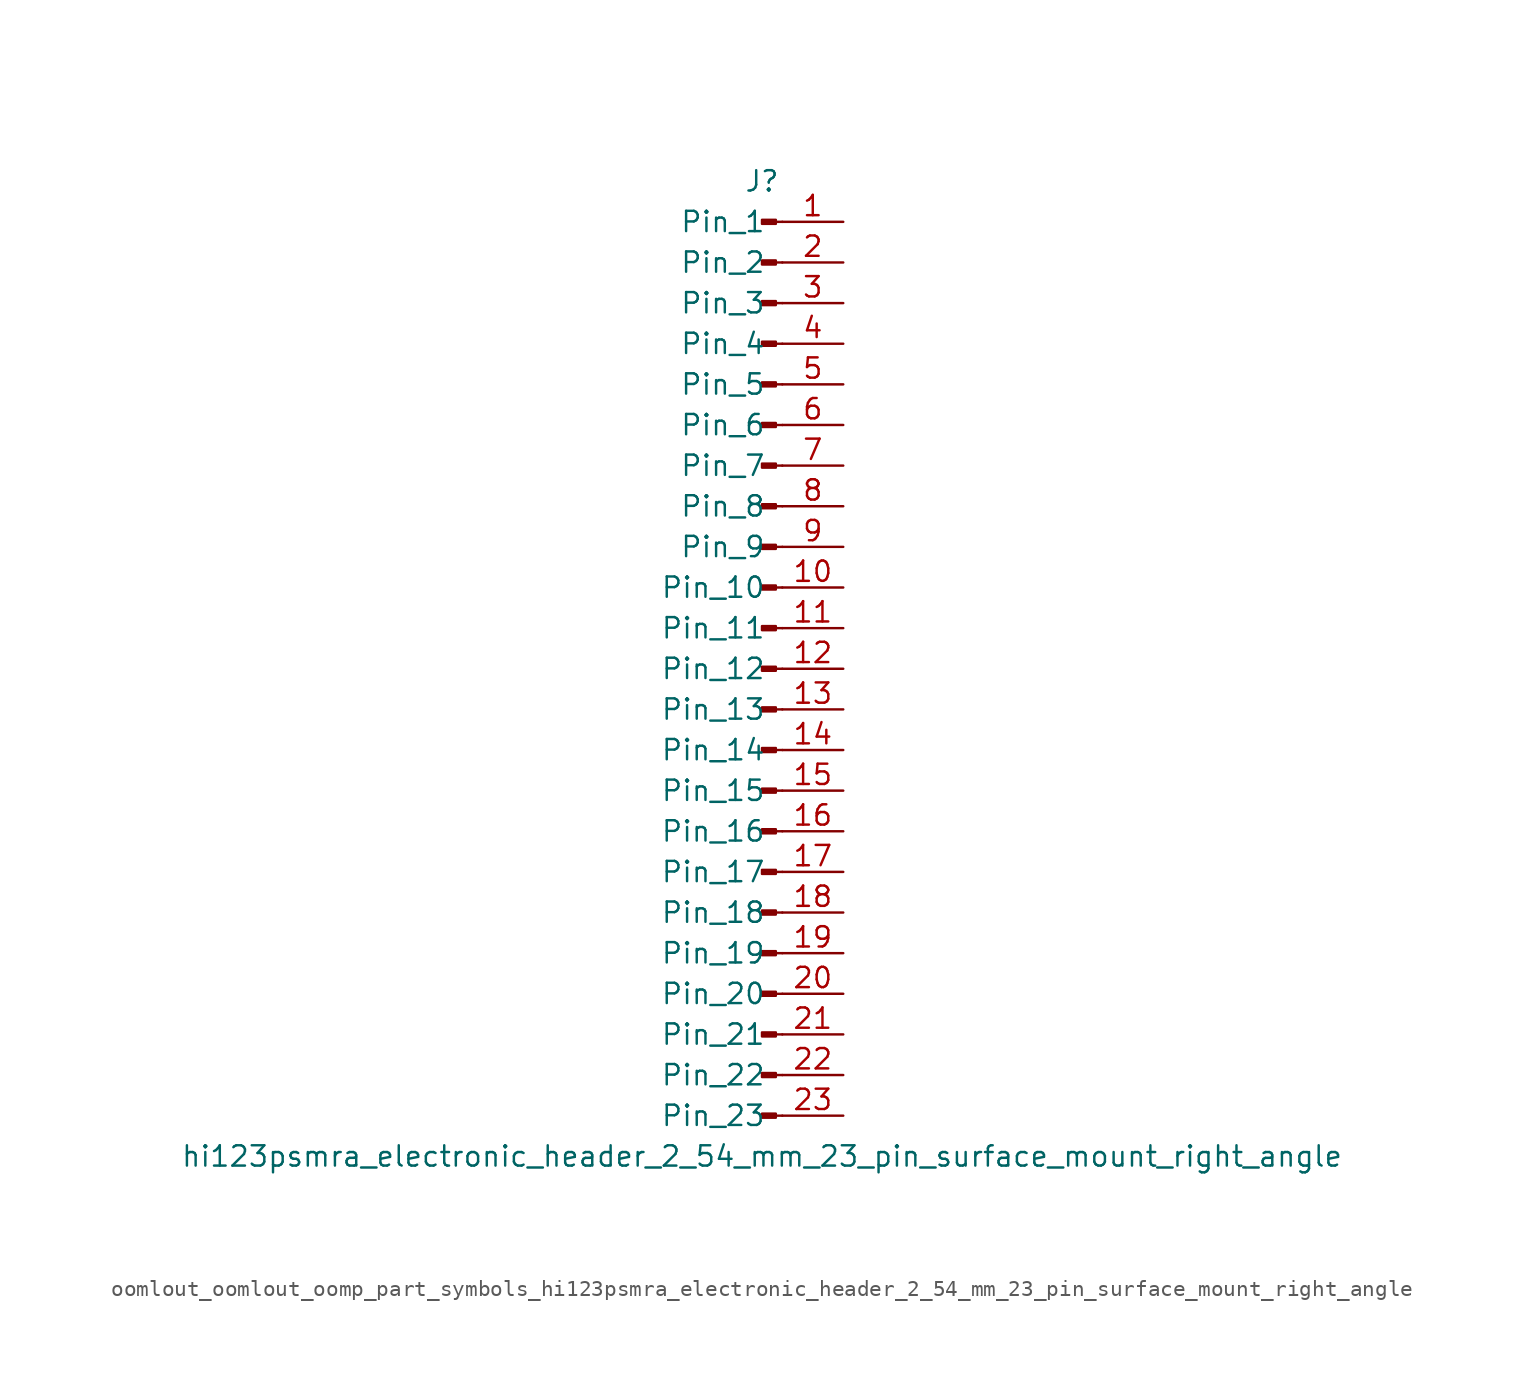
<source format=kicad_sym>
(kicad_symbol_lib
  (version 20220914)
  (generator kicad_symbol_editor)
  (symbol "oomlout_oomlout_oomp_part_symbols_hi123psmra_electronic_header_2_54_mm_23_pin_surface_mount_right_angle"
    (pin_names
      (offset 1.016))
    (property "Reference" "J"
      (at 0 30.48 0)
      (effects (font (size 1.27 1.27))))
    (property "Value" "hi123psmra_electronic_header_2_54_mm_23_pin_surface_mount_right_angle"
      (at 0 -30.48 0)
      (effects (font (size 1.27 1.27))))
    (property "ki_locked" ""
      (at 0 0 0)
      (effects (font (size 1.27 1.27))))
    (symbol "oomlout_oomlout_oomp_part_symbols_hi123psmra_electronic_header_2_54_mm_23_pin_surface_mount_right_angle_1_1"
      (polyline (pts (xy 1.27 -27.94) (xy 0.864 -27.94)) (stroke (width 0.152) (type default)) (fill (type none)))
      (polyline (pts (xy 1.27 -25.4) (xy 0.864 -25.4)) (stroke (width 0.152) (type default)) (fill (type none)))
      (polyline (pts (xy 1.27 -22.86) (xy 0.864 -22.86)) (stroke (width 0.152) (type default)) (fill (type none)))
      (polyline (pts (xy 1.27 -20.32) (xy 0.864 -20.32)) (stroke (width 0.152) (type default)) (fill (type none)))
      (polyline (pts (xy 1.27 -17.78) (xy 0.864 -17.78)) (stroke (width 0.152) (type default)) (fill (type none)))
      (polyline (pts (xy 1.27 -15.24) (xy 0.864 -15.24)) (stroke (width 0.152) (type default)) (fill (type none)))
      (polyline (pts (xy 1.27 -12.7) (xy 0.864 -12.7)) (stroke (width 0.152) (type default)) (fill (type none)))
      (polyline (pts (xy 1.27 -10.16) (xy 0.864 -10.16)) (stroke (width 0.152) (type default)) (fill (type none)))
      (polyline (pts (xy 1.27 -7.62) (xy 0.864 -7.62)) (stroke (width 0.152) (type default)) (fill (type none)))
      (polyline (pts (xy 1.27 -5.08) (xy 0.864 -5.08)) (stroke (width 0.152) (type default)) (fill (type none)))
      (polyline (pts (xy 1.27 -2.54) (xy 0.864 -2.54)) (stroke (width 0.152) (type default)) (fill (type none)))
      (polyline (pts (xy 1.27 0) (xy 0.864 0)) (stroke (width 0.152) (type default)) (fill (type none)))
      (polyline (pts (xy 1.27 2.54) (xy 0.864 2.54)) (stroke (width 0.152) (type default)) (fill (type none)))
      (polyline (pts (xy 1.27 5.08) (xy 0.864 5.08)) (stroke (width 0.152) (type default)) (fill (type none)))
      (polyline (pts (xy 1.27 7.62) (xy 0.864 7.62)) (stroke (width 0.152) (type default)) (fill (type none)))
      (polyline (pts (xy 1.27 10.16) (xy 0.864 10.16)) (stroke (width 0.152) (type default)) (fill (type none)))
      (polyline (pts (xy 1.27 12.7) (xy 0.864 12.7)) (stroke (width 0.152) (type default)) (fill (type none)))
      (polyline (pts (xy 1.27 15.24) (xy 0.864 15.24)) (stroke (width 0.152) (type default)) (fill (type none)))
      (polyline (pts (xy 1.27 17.78) (xy 0.864 17.78)) (stroke (width 0.152) (type default)) (fill (type none)))
      (polyline (pts (xy 1.27 20.32) (xy 0.864 20.32)) (stroke (width 0.152) (type default)) (fill (type none)))
      (polyline (pts (xy 1.27 22.86) (xy 0.864 22.86)) (stroke (width 0.152) (type default)) (fill (type none)))
      (polyline (pts (xy 1.27 25.4) (xy 0.864 25.4)) (stroke (width 0.152) (type default)) (fill (type none)))
      (polyline (pts (xy 1.27 27.94) (xy 0.864 27.94)) (stroke (width 0.152) (type default)) (fill (type none)))
      (rectangle (start 0.864 -27.813) (end 0 -28.067) (stroke (width 0.152) (type default)) (fill (type outline)))
      (rectangle (start 0.864 -25.273) (end 0 -25.527) (stroke (width 0.152) (type default)) (fill (type outline)))
      (rectangle (start 0.864 -22.733) (end 0 -22.987) (stroke (width 0.152) (type default)) (fill (type outline)))
      (rectangle (start 0.864 -20.193) (end 0 -20.447) (stroke (width 0.152) (type default)) (fill (type outline)))
      (rectangle (start 0.864 -17.653) (end 0 -17.907) (stroke (width 0.152) (type default)) (fill (type outline)))
      (rectangle (start 0.864 -15.113) (end 0 -15.367) (stroke (width 0.152) (type default)) (fill (type outline)))
      (rectangle (start 0.864 -12.573) (end 0 -12.827) (stroke (width 0.152) (type default)) (fill (type outline)))
      (rectangle (start 0.864 -10.033) (end 0 -10.287) (stroke (width 0.152) (type default)) (fill (type outline)))
      (rectangle (start 0.864 -7.493) (end 0 -7.747) (stroke (width 0.152) (type default)) (fill (type outline)))
      (rectangle (start 0.864 -4.953) (end 0 -5.207) (stroke (width 0.152) (type default)) (fill (type outline)))
      (rectangle (start 0.864 -2.413) (end 0 -2.667) (stroke (width 0.152) (type default)) (fill (type outline)))
      (rectangle (start 0.864 0.127) (end 0 -0.127) (stroke (width 0.152) (type default)) (fill (type outline)))
      (rectangle (start 0.864 2.667) (end 0 2.413) (stroke (width 0.152) (type default)) (fill (type outline)))
      (rectangle (start 0.864 5.207) (end 0 4.953) (stroke (width 0.152) (type default)) (fill (type outline)))
      (rectangle (start 0.864 7.747) (end 0 7.493) (stroke (width 0.152) (type default)) (fill (type outline)))
      (rectangle (start 0.864 10.287) (end 0 10.033) (stroke (width 0.152) (type default)) (fill (type outline)))
      (rectangle (start 0.864 12.827) (end 0 12.573) (stroke (width 0.152) (type default)) (fill (type outline)))
      (rectangle (start 0.864 15.367) (end 0 15.113) (stroke (width 0.152) (type default)) (fill (type outline)))
      (rectangle (start 0.864 17.907) (end 0 17.653) (stroke (width 0.152) (type default)) (fill (type outline)))
      (rectangle (start 0.864 20.447) (end 0 20.193) (stroke (width 0.152) (type default)) (fill (type outline)))
      (rectangle (start 0.864 22.987) (end 0 22.733) (stroke (width 0.152) (type default)) (fill (type outline)))
      (rectangle (start 0.864 25.527) (end 0 25.273) (stroke (width 0.152) (type default)) (fill (type outline)))
      (rectangle (start 0.864 28.067) (end 0 27.813) (stroke (width 0.152) (type default)) (fill (type outline)))
      (pin passive line (at 5.08 27.94 180) (length 3.81) (name "Pin_1" (effects (font (size 1.27 1.27)))) (number "1" (effects (font (size 1.27 1.27)))))
      (pin passive line (at 5.08 5.08 180) (length 3.81) (name "Pin_10" (effects (font (size 1.27 1.27)))) (number "10" (effects (font (size 1.27 1.27)))))
      (pin passive line (at 5.08 2.54 180) (length 3.81) (name "Pin_11" (effects (font (size 1.27 1.27)))) (number "11" (effects (font (size 1.27 1.27)))))
      (pin passive line (at 5.08 0 180) (length 3.81) (name "Pin_12" (effects (font (size 1.27 1.27)))) (number "12" (effects (font (size 1.27 1.27)))))
      (pin passive line (at 5.08 -2.54 180) (length 3.81) (name "Pin_13" (effects (font (size 1.27 1.27)))) (number "13" (effects (font (size 1.27 1.27)))))
      (pin passive line (at 5.08 -5.08 180) (length 3.81) (name "Pin_14" (effects (font (size 1.27 1.27)))) (number "14" (effects (font (size 1.27 1.27)))))
      (pin passive line (at 5.08 -7.62 180) (length 3.81) (name "Pin_15" (effects (font (size 1.27 1.27)))) (number "15" (effects (font (size 1.27 1.27)))))
      (pin passive line (at 5.08 -10.16 180) (length 3.81) (name "Pin_16" (effects (font (size 1.27 1.27)))) (number "16" (effects (font (size 1.27 1.27)))))
      (pin passive line (at 5.08 -12.7 180) (length 3.81) (name "Pin_17" (effects (font (size 1.27 1.27)))) (number "17" (effects (font (size 1.27 1.27)))))
      (pin passive line (at 5.08 -15.24 180) (length 3.81) (name "Pin_18" (effects (font (size 1.27 1.27)))) (number "18" (effects (font (size 1.27 1.27)))))
      (pin passive line (at 5.08 -17.78 180) (length 3.81) (name "Pin_19" (effects (font (size 1.27 1.27)))) (number "19" (effects (font (size 1.27 1.27)))))
      (pin passive line (at 5.08 25.4 180) (length 3.81) (name "Pin_2" (effects (font (size 1.27 1.27)))) (number "2" (effects (font (size 1.27 1.27)))))
      (pin passive line (at 5.08 -20.32 180) (length 3.81) (name "Pin_20" (effects (font (size 1.27 1.27)))) (number "20" (effects (font (size 1.27 1.27)))))
      (pin passive line (at 5.08 -22.86 180) (length 3.81) (name "Pin_21" (effects (font (size 1.27 1.27)))) (number "21" (effects (font (size 1.27 1.27)))))
      (pin passive line (at 5.08 -25.4 180) (length 3.81) (name "Pin_22" (effects (font (size 1.27 1.27)))) (number "22" (effects (font (size 1.27 1.27)))))
      (pin passive line (at 5.08 -27.94 180) (length 3.81) (name "Pin_23" (effects (font (size 1.27 1.27)))) (number "23" (effects (font (size 1.27 1.27)))))
      (pin passive line (at 5.08 22.86 180) (length 3.81) (name "Pin_3" (effects (font (size 1.27 1.27)))) (number "3" (effects (font (size 1.27 1.27)))))
      (pin passive line (at 5.08 20.32 180) (length 3.81) (name "Pin_4" (effects (font (size 1.27 1.27)))) (number "4" (effects (font (size 1.27 1.27)))))
      (pin passive line (at 5.08 17.78 180) (length 3.81) (name "Pin_5" (effects (font (size 1.27 1.27)))) (number "5" (effects (font (size 1.27 1.27)))))
      (pin passive line (at 5.08 15.24 180) (length 3.81) (name "Pin_6" (effects (font (size 1.27 1.27)))) (number "6" (effects (font (size 1.27 1.27)))))
      (pin passive line (at 5.08 12.7 180) (length 3.81) (name "Pin_7" (effects (font (size 1.27 1.27)))) (number "7" (effects (font (size 1.27 1.27)))))
      (pin passive line (at 5.08 10.16 180) (length 3.81) (name "Pin_8" (effects (font (size 1.27 1.27)))) (number "8" (effects (font (size 1.27 1.27)))))
      (pin passive line (at 5.08 7.62 180) (length 3.81) (name "Pin_9" (effects (font (size 1.27 1.27)))) (number "9" (effects (font (size 1.27 1.27))))))))
</source>
